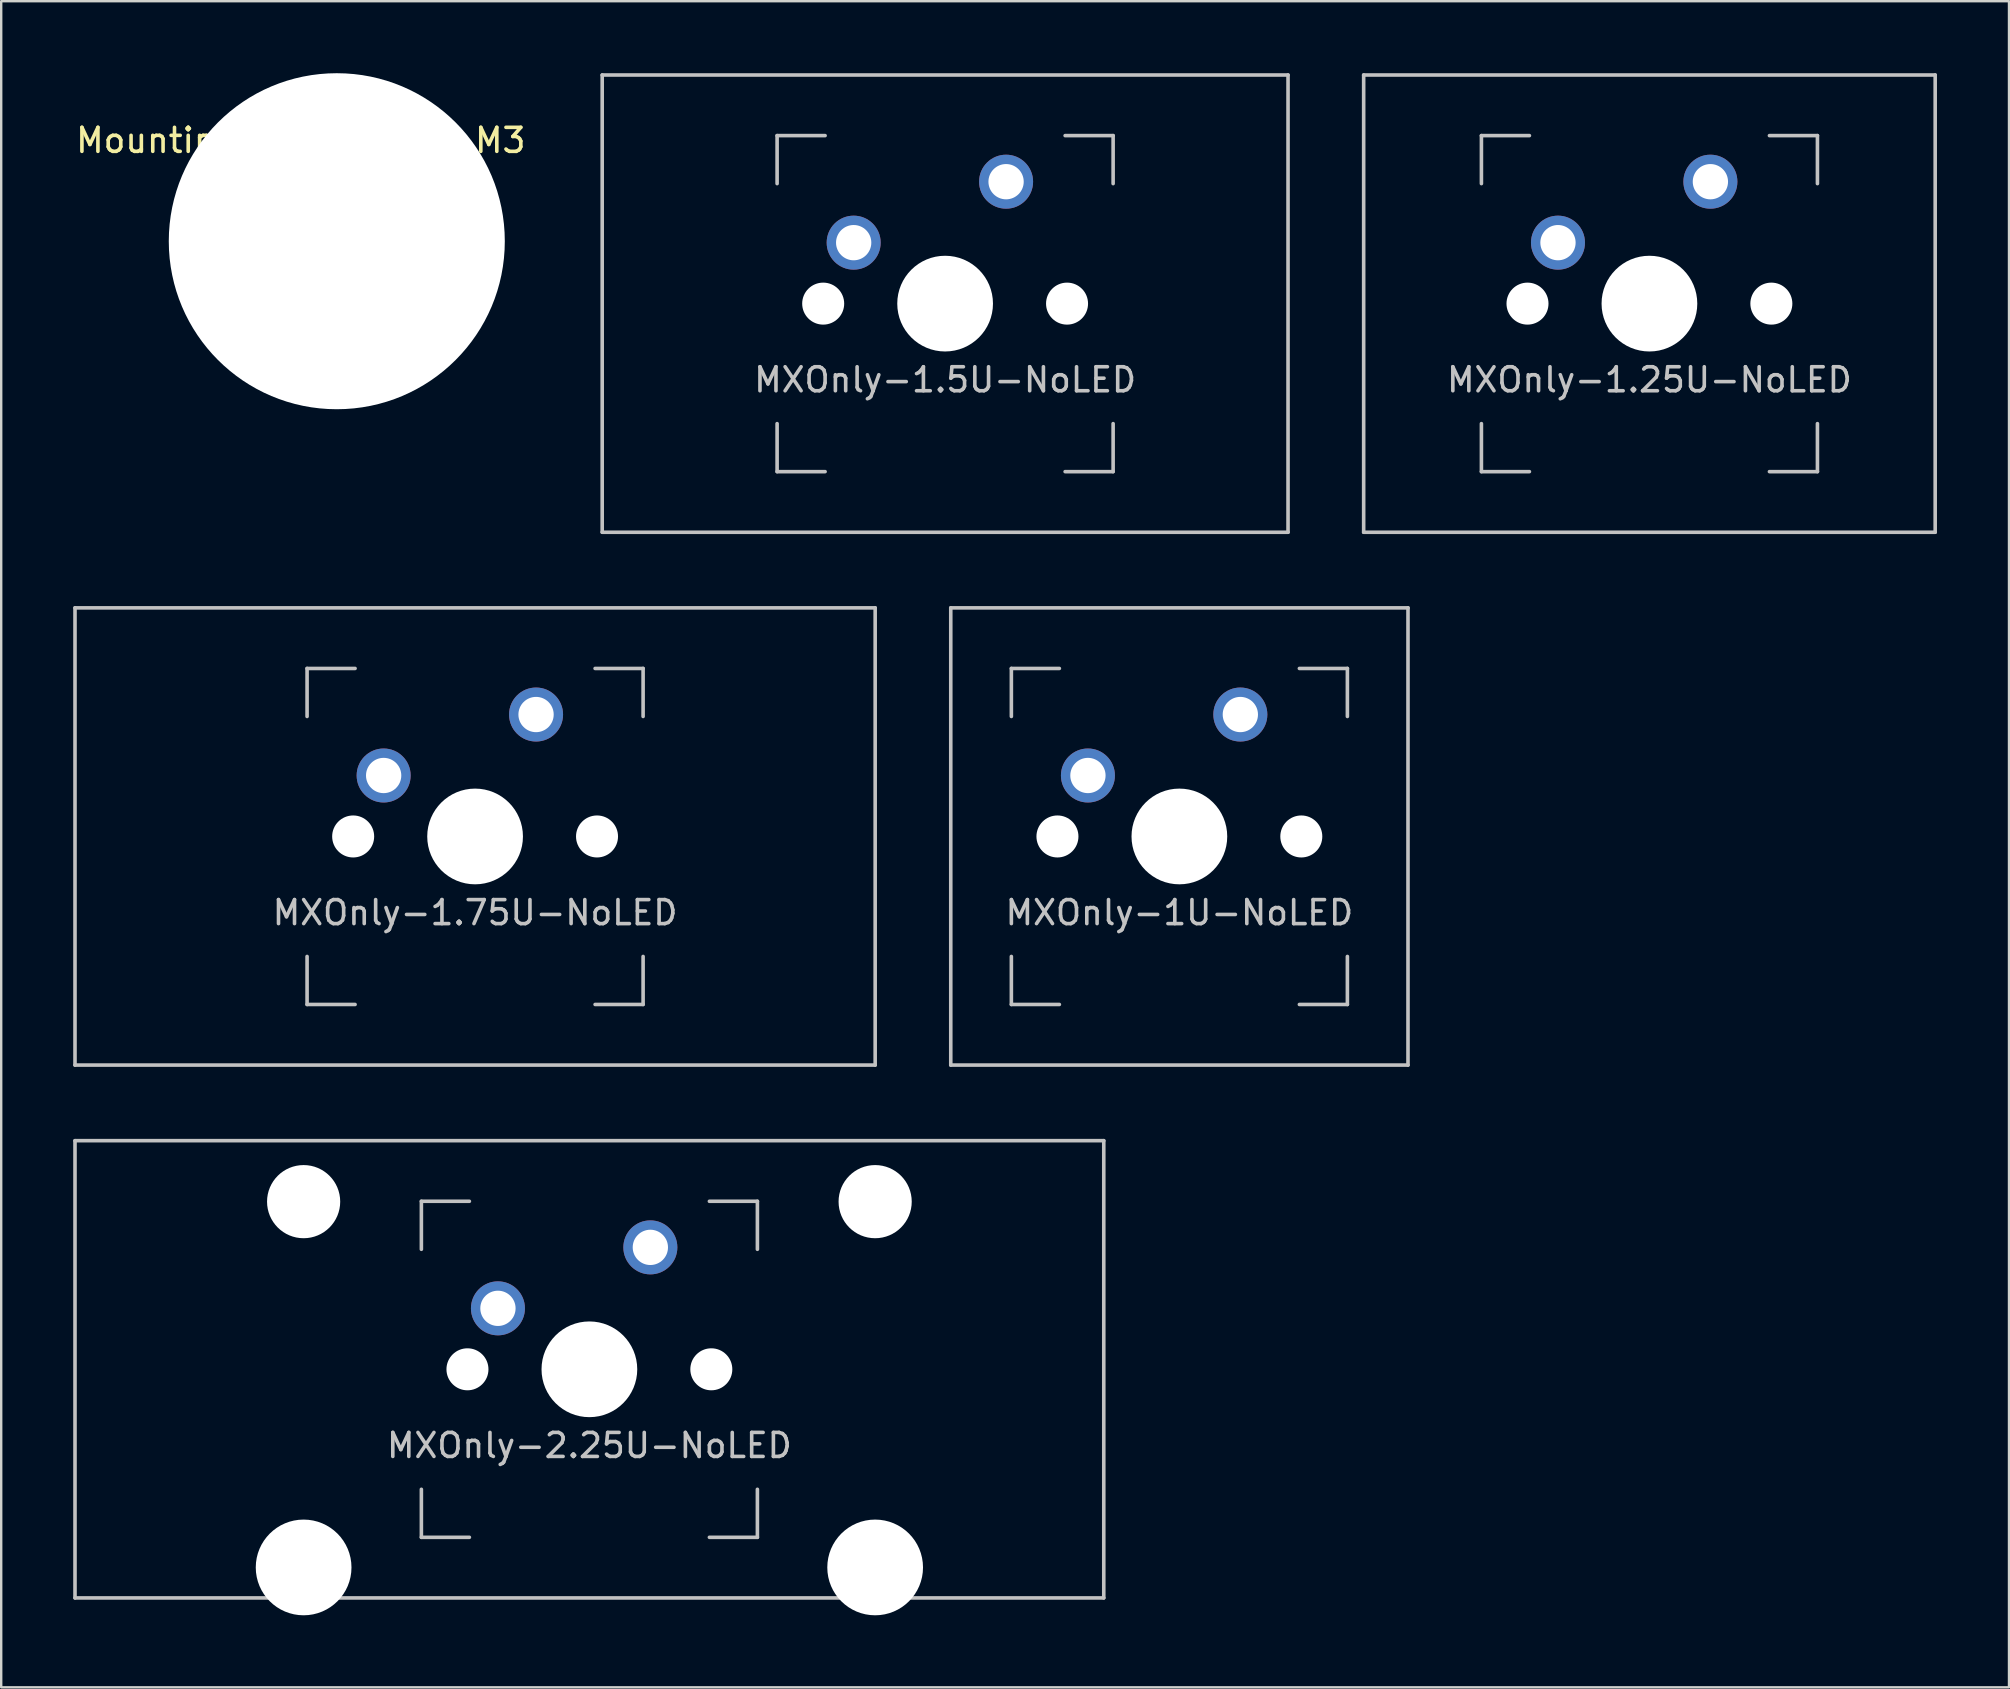
<source format=kicad_pcb>
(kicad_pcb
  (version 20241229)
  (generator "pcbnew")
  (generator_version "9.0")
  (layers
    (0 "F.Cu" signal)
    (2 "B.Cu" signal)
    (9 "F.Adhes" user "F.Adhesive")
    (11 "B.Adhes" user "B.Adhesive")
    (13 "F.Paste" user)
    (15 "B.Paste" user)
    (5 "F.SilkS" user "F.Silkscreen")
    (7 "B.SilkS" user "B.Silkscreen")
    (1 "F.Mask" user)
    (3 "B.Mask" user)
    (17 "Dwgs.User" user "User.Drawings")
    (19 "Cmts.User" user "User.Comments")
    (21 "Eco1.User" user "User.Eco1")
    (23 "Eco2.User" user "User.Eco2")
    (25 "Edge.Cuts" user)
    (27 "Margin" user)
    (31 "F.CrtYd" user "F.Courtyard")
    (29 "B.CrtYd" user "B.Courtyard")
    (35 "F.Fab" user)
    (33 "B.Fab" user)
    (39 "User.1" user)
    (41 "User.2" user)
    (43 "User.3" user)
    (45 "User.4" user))
  (footprint "MXOnly-2.25U-NoLED"
    (layer "F.Cu")
    (at 21.506 54)
    (property "Reference" "MXOnly-2.25U-NoLED" (at 0 3.175 0) (layer "Dwgs.User") (effects (font (size 1 1) (thickness 0.15))))
    (attr through_hole)
    (fp_line (start -21.431 -9.525) (end 21.431 -9.525) (stroke (width 0.15) (type solid)) (layer "Dwgs.User"))
    (fp_line (start -21.431 9.525) (end -21.431 -9.525) (stroke (width 0.15) (type solid)) (layer "Dwgs.User"))
    (fp_line (start -21.431 9.525) (end 21.431 9.525) (stroke (width 0.15) (type solid)) (layer "Dwgs.User"))
    (fp_line (start -7 -7) (end -7 -5) (stroke (width 0.15) (type solid)) (layer "Dwgs.User"))
    (fp_line (start -7 5) (end -7 7) (stroke (width 0.15) (type solid)) (layer "Dwgs.User"))
    (fp_line (start -7 7) (end -5 7) (stroke (width 0.15) (type solid)) (layer "Dwgs.User"))
    (fp_line (start -5 -7) (end -7 -7) (stroke (width 0.15) (type solid)) (layer "Dwgs.User"))
    (fp_line (start 5 -7) (end 7 -7) (stroke (width 0.15) (type solid)) (layer "Dwgs.User"))
    (fp_line (start 5 7) (end 7 7) (stroke (width 0.15) (type solid)) (layer "Dwgs.User"))
    (fp_line (start 7 -7) (end 7 -5) (stroke (width 0.15) (type solid)) (layer "Dwgs.User"))
    (fp_line (start 7 7) (end 7 5) (stroke (width 0.15) (type solid)) (layer "Dwgs.User"))
    (fp_line (start 21.431 -9.525) (end 21.431 9.525) (stroke (width 0.15) (type solid)) (layer "Dwgs.User"))
    (pad "" np_thru_hole circle (at -11.906 -6.985) (size 3.048 3.048) (drill 3.048) (layers "*.Cu" "*.Mask"))
    (pad "" np_thru_hole circle (at -11.906 8.255) (size 3.988 3.988) (drill 3.988) (layers "*.Cu" "*.Mask"))
    (pad "" np_thru_hole circle (at -5.08 0 48.1) (size 1.75 1.75) (drill 1.75) (layers "*.Cu" "*.Mask"))
    (pad "" np_thru_hole circle (at 0 0) (size 3.988 3.988) (drill 3.988) (layers "*.Cu" "*.Mask"))
    (pad "" np_thru_hole circle (at 5.08 0 48.1) (size 1.75 1.75) (drill 1.75) (layers "*.Cu" "*.Mask"))
    (pad "" np_thru_hole circle (at 11.906 -6.985) (size 3.048 3.048) (drill 3.048) (layers "*.Cu" "*.Mask"))
    (pad "" np_thru_hole circle (at 11.906 8.255) (size 3.988 3.988) (drill 3.988) (layers "*.Cu" "*.Mask"))
    (pad "1" thru_hole circle (at -3.81 -2.54) (size 2.25 2.25) (drill 1.47) (layers "*.Cu" "B.Mask"))
    (pad "2" thru_hole circle (at 2.54 -5.08) (size 2.25 2.25) (drill 1.47) (layers "*.Cu" "B.Mask")))
  (footprint "MountingHole_3.2mm_M3"
    (layer "F.Cu")
    (at 9.482 7)
    (property "Reference" "MountingHole_3.2mm_M3" (at 0 -4.2 0) (layer "F.SilkS") (effects (font (size 1 1) (thickness 0.15))))
    (attr exclude_from_pos_files)
    (fp_circle (center 0 0) (end 3.2 0) (stroke (width 0.15) (type solid)) (fill no) (layer "Cmts.User"))
    (fp_circle (center 0 0) (end 3.45 0) (stroke (width 0.05) (type solid)) (fill no) (layer "F.CrtYd"))
    (pad "" np_thru_hole circle (at 1.5 0 180) (size 14 14) (drill 14) (layers "*.Cu" "*.Mask")))
  (footprint "MXOnly-1U-NoLED"
    (layer "F.Cu")
    (at 46.087 31.8)
    (property "Reference" "MXOnly-1U-NoLED" (at 0 3.175 0) (layer "Dwgs.User") (effects (font (size 1 1) (thickness 0.15))))
    (attr through_hole)
    (fp_line (start -9.525 -9.525) (end 9.525 -9.525) (stroke (width 0.15) (type solid)) (layer "Dwgs.User"))
    (fp_line (start -9.525 9.525) (end -9.525 -9.525) (stroke (width 0.15) (type solid)) (layer "Dwgs.User"))
    (fp_line (start -7 -7) (end -7 -5) (stroke (width 0.15) (type solid)) (layer "Dwgs.User"))
    (fp_line (start -7 5) (end -7 7) (stroke (width 0.15) (type solid)) (layer "Dwgs.User"))
    (fp_line (start -7 7) (end -5 7) (stroke (width 0.15) (type solid)) (layer "Dwgs.User"))
    (fp_line (start -5 -7) (end -7 -7) (stroke (width 0.15) (type solid)) (layer "Dwgs.User"))
    (fp_line (start 5 -7) (end 7 -7) (stroke (width 0.15) (type solid)) (layer "Dwgs.User"))
    (fp_line (start 5 7) (end 7 7) (stroke (width 0.15) (type solid)) (layer "Dwgs.User"))
    (fp_line (start 7 -7) (end 7 -5) (stroke (width 0.15) (type solid)) (layer "Dwgs.User"))
    (fp_line (start 7 7) (end 7 5) (stroke (width 0.15) (type solid)) (layer "Dwgs.User"))
    (fp_line (start 9.525 -9.525) (end 9.525 9.525) (stroke (width 0.15) (type solid)) (layer "Dwgs.User"))
    (fp_line (start 9.525 9.525) (end -9.525 9.525) (stroke (width 0.15) (type solid)) (layer "Dwgs.User"))
    (pad "" np_thru_hole circle (at -5.08 0 48.1) (size 1.75 1.75) (drill 1.75) (layers "*.Cu" "*.Mask"))
    (pad "" np_thru_hole circle (at 0 0) (size 3.988 3.988) (drill 3.988) (layers "*.Cu" "*.Mask"))
    (pad "" np_thru_hole circle (at 5.08 0 48.1) (size 1.75 1.75) (drill 1.75) (layers "*.Cu" "*.Mask"))
    (pad "1" thru_hole circle (at -3.81 -2.54) (size 2.25 2.25) (drill 1.47) (layers "*.Cu" "B.Mask"))
    (pad "2" thru_hole circle (at 2.54 -5.08) (size 2.25 2.25) (drill 1.47) (layers "*.Cu" "B.Mask")))
  (footprint "MXOnly-1.25U-NoLED"
    (layer "F.Cu")
    (at 65.671 9.6)
    (property "Reference" "MXOnly-1.25U-NoLED" (at 0 3.175 0) (layer "Dwgs.User") (effects (font (size 1 1) (thickness 0.15))))
    (attr through_hole)
    (fp_line (start -11.906 -9.525) (end 11.906 -9.525) (stroke (width 0.15) (type solid)) (layer "Dwgs.User"))
    (fp_line (start -11.906 9.525) (end -11.906 -9.525) (stroke (width 0.15) (type solid)) (layer "Dwgs.User"))
    (fp_line (start -11.906 9.525) (end 11.906 9.525) (stroke (width 0.15) (type solid)) (layer "Dwgs.User"))
    (fp_line (start -7 -7) (end -7 -5) (stroke (width 0.15) (type solid)) (layer "Dwgs.User"))
    (fp_line (start -7 5) (end -7 7) (stroke (width 0.15) (type solid)) (layer "Dwgs.User"))
    (fp_line (start -7 7) (end -5 7) (stroke (width 0.15) (type solid)) (layer "Dwgs.User"))
    (fp_line (start -5 -7) (end -7 -7) (stroke (width 0.15) (type solid)) (layer "Dwgs.User"))
    (fp_line (start 5 -7) (end 7 -7) (stroke (width 0.15) (type solid)) (layer "Dwgs.User"))
    (fp_line (start 5 7) (end 7 7) (stroke (width 0.15) (type solid)) (layer "Dwgs.User"))
    (fp_line (start 7 -7) (end 7 -5) (stroke (width 0.15) (type solid)) (layer "Dwgs.User"))
    (fp_line (start 7 7) (end 7 5) (stroke (width 0.15) (type solid)) (layer "Dwgs.User"))
    (fp_line (start 11.906 -9.525) (end 11.906 9.525) (stroke (width 0.15) (type solid)) (layer "Dwgs.User"))
    (pad "" np_thru_hole circle (at -5.08 0 48.1) (size 1.75 1.75) (drill 1.75) (layers "*.Cu" "*.Mask"))
    (pad "" np_thru_hole circle (at 0 0) (size 3.988 3.988) (drill 3.988) (layers "*.Cu" "*.Mask"))
    (pad "" np_thru_hole circle (at 5.08 0 48.1) (size 1.75 1.75) (drill 1.75) (layers "*.Cu" "*.Mask"))
    (pad "1" thru_hole circle (at -3.81 -2.54) (size 2.25 2.25) (drill 1.47) (layers "*.Cu" "B.Mask"))
    (pad "2" thru_hole circle (at 2.54 -5.08) (size 2.25 2.25) (drill 1.47) (layers "*.Cu" "B.Mask")))
  (footprint "MXOnly-1.75U-NoLED"
    (layer "F.Cu")
    (at 16.744 31.8)
    (property "Reference" "MXOnly-1.75U-NoLED" (at 0 3.175 0) (layer "Dwgs.User") (effects (font (size 1 1) (thickness 0.15))))
    (attr through_hole)
    (fp_line (start -16.669 -9.525) (end 16.669 -9.525) (stroke (width 0.15) (type solid)) (layer "Dwgs.User"))
    (fp_line (start -16.669 9.525) (end -16.669 -9.525) (stroke (width 0.15) (type solid)) (layer "Dwgs.User"))
    (fp_line (start -16.669 9.525) (end 16.669 9.525) (stroke (width 0.15) (type solid)) (layer "Dwgs.User"))
    (fp_line (start -7 -7) (end -7 -5) (stroke (width 0.15) (type solid)) (layer "Dwgs.User"))
    (fp_line (start -7 5) (end -7 7) (stroke (width 0.15) (type solid)) (layer "Dwgs.User"))
    (fp_line (start -7 7) (end -5 7) (stroke (width 0.15) (type solid)) (layer "Dwgs.User"))
    (fp_line (start -5 -7) (end -7 -7) (stroke (width 0.15) (type solid)) (layer "Dwgs.User"))
    (fp_line (start 5 -7) (end 7 -7) (stroke (width 0.15) (type solid)) (layer "Dwgs.User"))
    (fp_line (start 5 7) (end 7 7) (stroke (width 0.15) (type solid)) (layer "Dwgs.User"))
    (fp_line (start 7 -7) (end 7 -5) (stroke (width 0.15) (type solid)) (layer "Dwgs.User"))
    (fp_line (start 7 7) (end 7 5) (stroke (width 0.15) (type solid)) (layer "Dwgs.User"))
    (fp_line (start 16.669 -9.525) (end 16.669 9.525) (stroke (width 0.15) (type solid)) (layer "Dwgs.User"))
    (pad "" np_thru_hole circle (at -5.08 0 48.1) (size 1.75 1.75) (drill 1.75) (layers "*.Cu" "*.Mask"))
    (pad "" np_thru_hole circle (at 0 0) (size 3.988 3.988) (drill 3.988) (layers "*.Cu" "*.Mask"))
    (pad "" np_thru_hole circle (at 5.08 0 48.1) (size 1.75 1.75) (drill 1.75) (layers "*.Cu" "*.Mask"))
    (pad "1" thru_hole circle (at -3.81 -2.54) (size 2.25 2.25) (drill 1.47) (layers "*.Cu" "B.Mask"))
    (pad "2" thru_hole circle (at 2.54 -5.08) (size 2.25 2.25) (drill 1.47) (layers "*.Cu" "B.Mask")))
  (footprint "MXOnly-1.5U-NoLED"
    (layer "F.Cu")
    (at 36.327 9.6)
    (property "Reference" "MXOnly-1.5U-NoLED" (at 0 3.175 0) (layer "Dwgs.User") (effects (font (size 1 1) (thickness 0.15))))
    (attr through_hole)
    (fp_line (start -14.287 -9.525) (end 14.287 -9.525) (stroke (width 0.15) (type solid)) (layer "Dwgs.User"))
    (fp_line (start -14.287 9.525) (end -14.287 -9.525) (stroke (width 0.15) (type solid)) (layer "Dwgs.User"))
    (fp_line (start -14.287 9.525) (end 14.287 9.525) (stroke (width 0.15) (type solid)) (layer "Dwgs.User"))
    (fp_line (start -7 -7) (end -7 -5) (stroke (width 0.15) (type solid)) (layer "Dwgs.User"))
    (fp_line (start -7 5) (end -7 7) (stroke (width 0.15) (type solid)) (layer "Dwgs.User"))
    (fp_line (start -7 7) (end -5 7) (stroke (width 0.15) (type solid)) (layer "Dwgs.User"))
    (fp_line (start -5 -7) (end -7 -7) (stroke (width 0.15) (type solid)) (layer "Dwgs.User"))
    (fp_line (start 5 -7) (end 7 -7) (stroke (width 0.15) (type solid)) (layer "Dwgs.User"))
    (fp_line (start 5 7) (end 7 7) (stroke (width 0.15) (type solid)) (layer "Dwgs.User"))
    (fp_line (start 7 -7) (end 7 -5) (stroke (width 0.15) (type solid)) (layer "Dwgs.User"))
    (fp_line (start 7 7) (end 7 5) (stroke (width 0.15) (type solid)) (layer "Dwgs.User"))
    (fp_line (start 14.287 -9.525) (end 14.287 9.525) (stroke (width 0.15) (type solid)) (layer "Dwgs.User"))
    (pad "" np_thru_hole circle (at -5.08 0 48.1) (size 1.75 1.75) (drill 1.75) (layers "*.Cu" "*.Mask"))
    (pad "" np_thru_hole circle (at 0 0) (size 3.988 3.988) (drill 3.988) (layers "*.Cu" "*.Mask"))
    (pad "" np_thru_hole circle (at 5.08 0 48.1) (size 1.75 1.75) (drill 1.75) (layers "*.Cu" "*.Mask"))
    (pad "1" thru_hole circle (at -3.81 -2.54) (size 2.25 2.25) (drill 1.47) (layers "*.Cu" "B.Mask"))
    (pad "2" thru_hole circle (at 2.54 -5.08) (size 2.25 2.25) (drill 1.47) (layers "*.Cu" "B.Mask")))
  (gr_rect
    (start -3 -3)
    (end 80.652 67.249)
    (stroke (width 0.1) (type default))
    (fill no)
    (layer "Edge.Cuts")))
</source>
